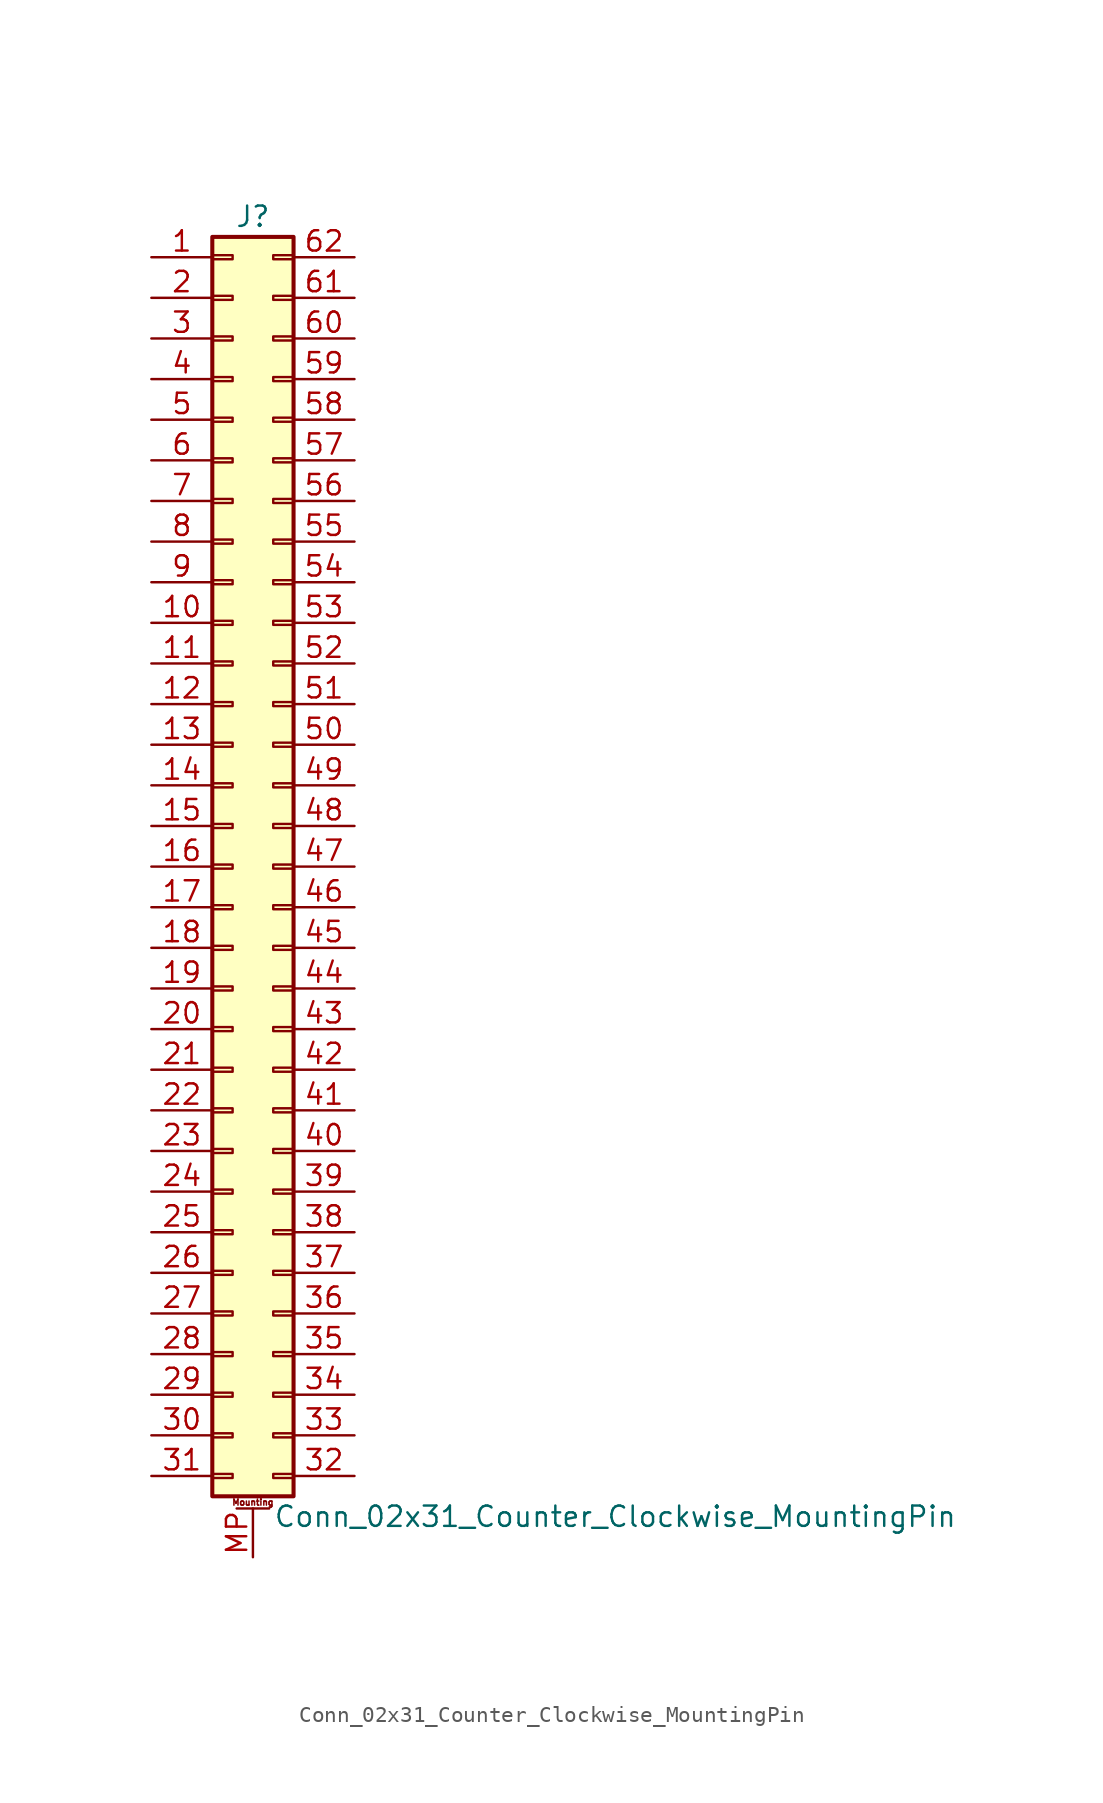
<source format=kicad_sym>
(kicad_symbol_lib
  (version 20220914)
  (generator kicad_symbol_editor)
  (symbol "Conn_02x31_Counter_Clockwise_MountingPin"
    (pin_names
      (offset 1.016) hide)
    (property "Reference" "J"
      (at 1.27 40.64 0)
      (effects (font (size 1.27 1.27))))
    (property "Value" "Conn_02x31_Counter_Clockwise_MountingPin"
      (at 2.54 -40.64 0)
      (effects (font (size 1.27 1.27)) (justify left)))
    (symbol "Conn_02x31_Counter_Clockwise_MountingPin_1_1"
      (rectangle (start -1.27 -37.973) (end 0 -38.227) (stroke (width 0.152) (type default)) (fill (type none)))
      (rectangle (start -1.27 -35.433) (end 0 -35.687) (stroke (width 0.152) (type default)) (fill (type none)))
      (rectangle (start -1.27 -32.893) (end 0 -33.147) (stroke (width 0.152) (type default)) (fill (type none)))
      (rectangle (start -1.27 -30.353) (end 0 -30.607) (stroke (width 0.152) (type default)) (fill (type none)))
      (rectangle (start -1.27 -27.813) (end 0 -28.067) (stroke (width 0.152) (type default)) (fill (type none)))
      (rectangle (start -1.27 -25.273) (end 0 -25.527) (stroke (width 0.152) (type default)) (fill (type none)))
      (rectangle (start -1.27 -22.733) (end 0 -22.987) (stroke (width 0.152) (type default)) (fill (type none)))
      (rectangle (start -1.27 -20.193) (end 0 -20.447) (stroke (width 0.152) (type default)) (fill (type none)))
      (rectangle (start -1.27 -17.653) (end 0 -17.907) (stroke (width 0.152) (type default)) (fill (type none)))
      (rectangle (start -1.27 -15.113) (end 0 -15.367) (stroke (width 0.152) (type default)) (fill (type none)))
      (rectangle (start -1.27 -12.573) (end 0 -12.827) (stroke (width 0.152) (type default)) (fill (type none)))
      (rectangle (start -1.27 -10.033) (end 0 -10.287) (stroke (width 0.152) (type default)) (fill (type none)))
      (rectangle (start -1.27 -7.493) (end 0 -7.747) (stroke (width 0.152) (type default)) (fill (type none)))
      (rectangle (start -1.27 -4.953) (end 0 -5.207) (stroke (width 0.152) (type default)) (fill (type none)))
      (rectangle (start -1.27 -2.413) (end 0 -2.667) (stroke (width 0.152) (type default)) (fill (type none)))
      (rectangle (start -1.27 0.127) (end 0 -0.127) (stroke (width 0.152) (type default)) (fill (type none)))
      (rectangle (start -1.27 2.667) (end 0 2.413) (stroke (width 0.152) (type default)) (fill (type none)))
      (rectangle (start -1.27 5.207) (end 0 4.953) (stroke (width 0.152) (type default)) (fill (type none)))
      (rectangle (start -1.27 7.747) (end 0 7.493) (stroke (width 0.152) (type default)) (fill (type none)))
      (rectangle (start -1.27 10.287) (end 0 10.033) (stroke (width 0.152) (type default)) (fill (type none)))
      (rectangle (start -1.27 12.827) (end 0 12.573) (stroke (width 0.152) (type default)) (fill (type none)))
      (rectangle (start -1.27 15.367) (end 0 15.113) (stroke (width 0.152) (type default)) (fill (type none)))
      (rectangle (start -1.27 17.907) (end 0 17.653) (stroke (width 0.152) (type default)) (fill (type none)))
      (rectangle (start -1.27 20.447) (end 0 20.193) (stroke (width 0.152) (type default)) (fill (type none)))
      (rectangle (start -1.27 22.987) (end 0 22.733) (stroke (width 0.152) (type default)) (fill (type none)))
      (rectangle (start -1.27 25.527) (end 0 25.273) (stroke (width 0.152) (type default)) (fill (type none)))
      (rectangle (start -1.27 28.067) (end 0 27.813) (stroke (width 0.152) (type default)) (fill (type none)))
      (rectangle (start -1.27 30.607) (end 0 30.353) (stroke (width 0.152) (type default)) (fill (type none)))
      (rectangle (start -1.27 33.147) (end 0 32.893) (stroke (width 0.152) (type default)) (fill (type none)))
      (rectangle (start -1.27 35.687) (end 0 35.433) (stroke (width 0.152) (type default)) (fill (type none)))
      (rectangle (start -1.27 38.227) (end 0 37.973) (stroke (width 0.152) (type default)) (fill (type none)))
      (rectangle (start -1.27 39.37) (end 3.81 -39.37) (stroke (width 0.254) (type default)) (fill (type background)))
      (polyline (pts (xy 0.254 -40.132) (xy 2.286 -40.132)) (stroke (width 0.152) (type default)) (fill (type none)))
      (rectangle (start 3.81 -37.973) (end 2.54 -38.227) (stroke (width 0.152) (type default)) (fill (type none)))
      (rectangle (start 3.81 -35.433) (end 2.54 -35.687) (stroke (width 0.152) (type default)) (fill (type none)))
      (rectangle (start 3.81 -32.893) (end 2.54 -33.147) (stroke (width 0.152) (type default)) (fill (type none)))
      (rectangle (start 3.81 -30.353) (end 2.54 -30.607) (stroke (width 0.152) (type default)) (fill (type none)))
      (rectangle (start 3.81 -27.813) (end 2.54 -28.067) (stroke (width 0.152) (type default)) (fill (type none)))
      (rectangle (start 3.81 -25.273) (end 2.54 -25.527) (stroke (width 0.152) (type default)) (fill (type none)))
      (rectangle (start 3.81 -22.733) (end 2.54 -22.987) (stroke (width 0.152) (type default)) (fill (type none)))
      (rectangle (start 3.81 -20.193) (end 2.54 -20.447) (stroke (width 0.152) (type default)) (fill (type none)))
      (rectangle (start 3.81 -17.653) (end 2.54 -17.907) (stroke (width 0.152) (type default)) (fill (type none)))
      (rectangle (start 3.81 -15.113) (end 2.54 -15.367) (stroke (width 0.152) (type default)) (fill (type none)))
      (rectangle (start 3.81 -12.573) (end 2.54 -12.827) (stroke (width 0.152) (type default)) (fill (type none)))
      (rectangle (start 3.81 -10.033) (end 2.54 -10.287) (stroke (width 0.152) (type default)) (fill (type none)))
      (rectangle (start 3.81 -7.493) (end 2.54 -7.747) (stroke (width 0.152) (type default)) (fill (type none)))
      (rectangle (start 3.81 -4.953) (end 2.54 -5.207) (stroke (width 0.152) (type default)) (fill (type none)))
      (rectangle (start 3.81 -2.413) (end 2.54 -2.667) (stroke (width 0.152) (type default)) (fill (type none)))
      (rectangle (start 3.81 0.127) (end 2.54 -0.127) (stroke (width 0.152) (type default)) (fill (type none)))
      (rectangle (start 3.81 2.667) (end 2.54 2.413) (stroke (width 0.152) (type default)) (fill (type none)))
      (rectangle (start 3.81 5.207) (end 2.54 4.953) (stroke (width 0.152) (type default)) (fill (type none)))
      (rectangle (start 3.81 7.747) (end 2.54 7.493) (stroke (width 0.152) (type default)) (fill (type none)))
      (rectangle (start 3.81 10.287) (end 2.54 10.033) (stroke (width 0.152) (type default)) (fill (type none)))
      (rectangle (start 3.81 12.827) (end 2.54 12.573) (stroke (width 0.152) (type default)) (fill (type none)))
      (rectangle (start 3.81 15.367) (end 2.54 15.113) (stroke (width 0.152) (type default)) (fill (type none)))
      (rectangle (start 3.81 17.907) (end 2.54 17.653) (stroke (width 0.152) (type default)) (fill (type none)))
      (rectangle (start 3.81 20.447) (end 2.54 20.193) (stroke (width 0.152) (type default)) (fill (type none)))
      (rectangle (start 3.81 22.987) (end 2.54 22.733) (stroke (width 0.152) (type default)) (fill (type none)))
      (rectangle (start 3.81 25.527) (end 2.54 25.273) (stroke (width 0.152) (type default)) (fill (type none)))
      (rectangle (start 3.81 28.067) (end 2.54 27.813) (stroke (width 0.152) (type default)) (fill (type none)))
      (rectangle (start 3.81 30.607) (end 2.54 30.353) (stroke (width 0.152) (type default)) (fill (type none)))
      (rectangle (start 3.81 33.147) (end 2.54 32.893) (stroke (width 0.152) (type default)) (fill (type none)))
      (rectangle (start 3.81 35.687) (end 2.54 35.433) (stroke (width 0.152) (type default)) (fill (type none)))
      (rectangle (start 3.81 38.227) (end 2.54 37.973) (stroke (width 0.152) (type default)) (fill (type none)))
      (text "Mounting" (at 1.27 -39.751 0) (effects (font (size 0.381 0.381))))
      (pin passive line (at -5.08 38.1 0) (length 3.81) (name "Pin_1" (effects (font (size 1.27 1.27)))) (number "1" (effects (font (size 1.27 1.27)))))
      (pin passive line (at -5.08 15.24 0) (length 3.81) (name "Pin_10" (effects (font (size 1.27 1.27)))) (number "10" (effects (font (size 1.27 1.27)))))
      (pin passive line (at -5.08 12.7 0) (length 3.81) (name "Pin_11" (effects (font (size 1.27 1.27)))) (number "11" (effects (font (size 1.27 1.27)))))
      (pin passive line (at -5.08 10.16 0) (length 3.81) (name "Pin_12" (effects (font (size 1.27 1.27)))) (number "12" (effects (font (size 1.27 1.27)))))
      (pin passive line (at -5.08 7.62 0) (length 3.81) (name "Pin_13" (effects (font (size 1.27 1.27)))) (number "13" (effects (font (size 1.27 1.27)))))
      (pin passive line (at -5.08 5.08 0) (length 3.81) (name "Pin_14" (effects (font (size 1.27 1.27)))) (number "14" (effects (font (size 1.27 1.27)))))
      (pin passive line (at -5.08 2.54 0) (length 3.81) (name "Pin_15" (effects (font (size 1.27 1.27)))) (number "15" (effects (font (size 1.27 1.27)))))
      (pin passive line (at -5.08 0 0) (length 3.81) (name "Pin_16" (effects (font (size 1.27 1.27)))) (number "16" (effects (font (size 1.27 1.27)))))
      (pin passive line (at -5.08 -2.54 0) (length 3.81) (name "Pin_17" (effects (font (size 1.27 1.27)))) (number "17" (effects (font (size 1.27 1.27)))))
      (pin passive line (at -5.08 -5.08 0) (length 3.81) (name "Pin_18" (effects (font (size 1.27 1.27)))) (number "18" (effects (font (size 1.27 1.27)))))
      (pin passive line (at -5.08 -7.62 0) (length 3.81) (name "Pin_19" (effects (font (size 1.27 1.27)))) (number "19" (effects (font (size 1.27 1.27)))))
      (pin passive line (at -5.08 35.56 0) (length 3.81) (name "Pin_2" (effects (font (size 1.27 1.27)))) (number "2" (effects (font (size 1.27 1.27)))))
      (pin passive line (at -5.08 -10.16 0) (length 3.81) (name "Pin_20" (effects (font (size 1.27 1.27)))) (number "20" (effects (font (size 1.27 1.27)))))
      (pin passive line (at -5.08 -12.7 0) (length 3.81) (name "Pin_21" (effects (font (size 1.27 1.27)))) (number "21" (effects (font (size 1.27 1.27)))))
      (pin passive line (at -5.08 -15.24 0) (length 3.81) (name "Pin_22" (effects (font (size 1.27 1.27)))) (number "22" (effects (font (size 1.27 1.27)))))
      (pin passive line (at -5.08 -17.78 0) (length 3.81) (name "Pin_23" (effects (font (size 1.27 1.27)))) (number "23" (effects (font (size 1.27 1.27)))))
      (pin passive line (at -5.08 -20.32 0) (length 3.81) (name "Pin_24" (effects (font (size 1.27 1.27)))) (number "24" (effects (font (size 1.27 1.27)))))
      (pin passive line (at -5.08 -22.86 0) (length 3.81) (name "Pin_25" (effects (font (size 1.27 1.27)))) (number "25" (effects (font (size 1.27 1.27)))))
      (pin passive line (at -5.08 -25.4 0) (length 3.81) (name "Pin_26" (effects (font (size 1.27 1.27)))) (number "26" (effects (font (size 1.27 1.27)))))
      (pin passive line (at -5.08 -27.94 0) (length 3.81) (name "Pin_27" (effects (font (size 1.27 1.27)))) (number "27" (effects (font (size 1.27 1.27)))))
      (pin passive line (at -5.08 -30.48 0) (length 3.81) (name "Pin_28" (effects (font (size 1.27 1.27)))) (number "28" (effects (font (size 1.27 1.27)))))
      (pin passive line (at -5.08 -33.02 0) (length 3.81) (name "Pin_29" (effects (font (size 1.27 1.27)))) (number "29" (effects (font (size 1.27 1.27)))))
      (pin passive line (at -5.08 33.02 0) (length 3.81) (name "Pin_3" (effects (font (size 1.27 1.27)))) (number "3" (effects (font (size 1.27 1.27)))))
      (pin passive line (at -5.08 -35.56 0) (length 3.81) (name "Pin_30" (effects (font (size 1.27 1.27)))) (number "30" (effects (font (size 1.27 1.27)))))
      (pin passive line (at -5.08 -38.1 0) (length 3.81) (name "Pin_31" (effects (font (size 1.27 1.27)))) (number "31" (effects (font (size 1.27 1.27)))))
      (pin passive line (at 7.62 -38.1 180) (length 3.81) (name "Pin_32" (effects (font (size 1.27 1.27)))) (number "32" (effects (font (size 1.27 1.27)))))
      (pin passive line (at 7.62 -35.56 180) (length 3.81) (name "Pin_33" (effects (font (size 1.27 1.27)))) (number "33" (effects (font (size 1.27 1.27)))))
      (pin passive line (at 7.62 -33.02 180) (length 3.81) (name "Pin_34" (effects (font (size 1.27 1.27)))) (number "34" (effects (font (size 1.27 1.27)))))
      (pin passive line (at 7.62 -30.48 180) (length 3.81) (name "Pin_35" (effects (font (size 1.27 1.27)))) (number "35" (effects (font (size 1.27 1.27)))))
      (pin passive line (at 7.62 -27.94 180) (length 3.81) (name "Pin_36" (effects (font (size 1.27 1.27)))) (number "36" (effects (font (size 1.27 1.27)))))
      (pin passive line (at 7.62 -25.4 180) (length 3.81) (name "Pin_37" (effects (font (size 1.27 1.27)))) (number "37" (effects (font (size 1.27 1.27)))))
      (pin passive line (at 7.62 -22.86 180) (length 3.81) (name "Pin_38" (effects (font (size 1.27 1.27)))) (number "38" (effects (font (size 1.27 1.27)))))
      (pin passive line (at 7.62 -20.32 180) (length 3.81) (name "Pin_39" (effects (font (size 1.27 1.27)))) (number "39" (effects (font (size 1.27 1.27)))))
      (pin passive line (at -5.08 30.48 0) (length 3.81) (name "Pin_4" (effects (font (size 1.27 1.27)))) (number "4" (effects (font (size 1.27 1.27)))))
      (pin passive line (at 7.62 -17.78 180) (length 3.81) (name "Pin_40" (effects (font (size 1.27 1.27)))) (number "40" (effects (font (size 1.27 1.27)))))
      (pin passive line (at 7.62 -15.24 180) (length 3.81) (name "Pin_41" (effects (font (size 1.27 1.27)))) (number "41" (effects (font (size 1.27 1.27)))))
      (pin passive line (at 7.62 -12.7 180) (length 3.81) (name "Pin_42" (effects (font (size 1.27 1.27)))) (number "42" (effects (font (size 1.27 1.27)))))
      (pin passive line (at 7.62 -10.16 180) (length 3.81) (name "Pin_43" (effects (font (size 1.27 1.27)))) (number "43" (effects (font (size 1.27 1.27)))))
      (pin passive line (at 7.62 -7.62 180) (length 3.81) (name "Pin_44" (effects (font (size 1.27 1.27)))) (number "44" (effects (font (size 1.27 1.27)))))
      (pin passive line (at 7.62 -5.08 180) (length 3.81) (name "Pin_45" (effects (font (size 1.27 1.27)))) (number "45" (effects (font (size 1.27 1.27)))))
      (pin passive line (at 7.62 -2.54 180) (length 3.81) (name "Pin_46" (effects (font (size 1.27 1.27)))) (number "46" (effects (font (size 1.27 1.27)))))
      (pin passive line (at 7.62 0 180) (length 3.81) (name "Pin_47" (effects (font (size 1.27 1.27)))) (number "47" (effects (font (size 1.27 1.27)))))
      (pin passive line (at 7.62 2.54 180) (length 3.81) (name "Pin_48" (effects (font (size 1.27 1.27)))) (number "48" (effects (font (size 1.27 1.27)))))
      (pin passive line (at 7.62 5.08 180) (length 3.81) (name "Pin_49" (effects (font (size 1.27 1.27)))) (number "49" (effects (font (size 1.27 1.27)))))
      (pin passive line (at -5.08 27.94 0) (length 3.81) (name "Pin_5" (effects (font (size 1.27 1.27)))) (number "5" (effects (font (size 1.27 1.27)))))
      (pin passive line (at 7.62 7.62 180) (length 3.81) (name "Pin_50" (effects (font (size 1.27 1.27)))) (number "50" (effects (font (size 1.27 1.27)))))
      (pin passive line (at 7.62 10.16 180) (length 3.81) (name "Pin_51" (effects (font (size 1.27 1.27)))) (number "51" (effects (font (size 1.27 1.27)))))
      (pin passive line (at 7.62 12.7 180) (length 3.81) (name "Pin_52" (effects (font (size 1.27 1.27)))) (number "52" (effects (font (size 1.27 1.27)))))
      (pin passive line (at 7.62 15.24 180) (length 3.81) (name "Pin_53" (effects (font (size 1.27 1.27)))) (number "53" (effects (font (size 1.27 1.27)))))
      (pin passive line (at 7.62 17.78 180) (length 3.81) (name "Pin_54" (effects (font (size 1.27 1.27)))) (number "54" (effects (font (size 1.27 1.27)))))
      (pin passive line (at 7.62 20.32 180) (length 3.81) (name "Pin_55" (effects (font (size 1.27 1.27)))) (number "55" (effects (font (size 1.27 1.27)))))
      (pin passive line (at 7.62 22.86 180) (length 3.81) (name "Pin_56" (effects (font (size 1.27 1.27)))) (number "56" (effects (font (size 1.27 1.27)))))
      (pin passive line (at 7.62 25.4 180) (length 3.81) (name "Pin_57" (effects (font (size 1.27 1.27)))) (number "57" (effects (font (size 1.27 1.27)))))
      (pin passive line (at 7.62 27.94 180) (length 3.81) (name "Pin_58" (effects (font (size 1.27 1.27)))) (number "58" (effects (font (size 1.27 1.27)))))
      (pin passive line (at 7.62 30.48 180) (length 3.81) (name "Pin_59" (effects (font (size 1.27 1.27)))) (number "59" (effects (font (size 1.27 1.27)))))
      (pin passive line (at -5.08 25.4 0) (length 3.81) (name "Pin_6" (effects (font (size 1.27 1.27)))) (number "6" (effects (font (size 1.27 1.27)))))
      (pin passive line (at 7.62 33.02 180) (length 3.81) (name "Pin_60" (effects (font (size 1.27 1.27)))) (number "60" (effects (font (size 1.27 1.27)))))
      (pin passive line (at 7.62 35.56 180) (length 3.81) (name "Pin_61" (effects (font (size 1.27 1.27)))) (number "61" (effects (font (size 1.27 1.27)))))
      (pin passive line (at 7.62 38.1 180) (length 3.81) (name "Pin_62" (effects (font (size 1.27 1.27)))) (number "62" (effects (font (size 1.27 1.27)))))
      (pin passive line (at -5.08 22.86 0) (length 3.81) (name "Pin_7" (effects (font (size 1.27 1.27)))) (number "7" (effects (font (size 1.27 1.27)))))
      (pin passive line (at -5.08 20.32 0) (length 3.81) (name "Pin_8" (effects (font (size 1.27 1.27)))) (number "8" (effects (font (size 1.27 1.27)))))
      (pin passive line (at -5.08 17.78 0) (length 3.81) (name "Pin_9" (effects (font (size 1.27 1.27)))) (number "9" (effects (font (size 1.27 1.27)))))
      (pin passive line (at 1.27 -43.18 90) (length 3.048) (name "MountPin" (effects (font (size 1.27 1.27)))) (number "MP" (effects (font (size 1.27 1.27))))))))
</source>
